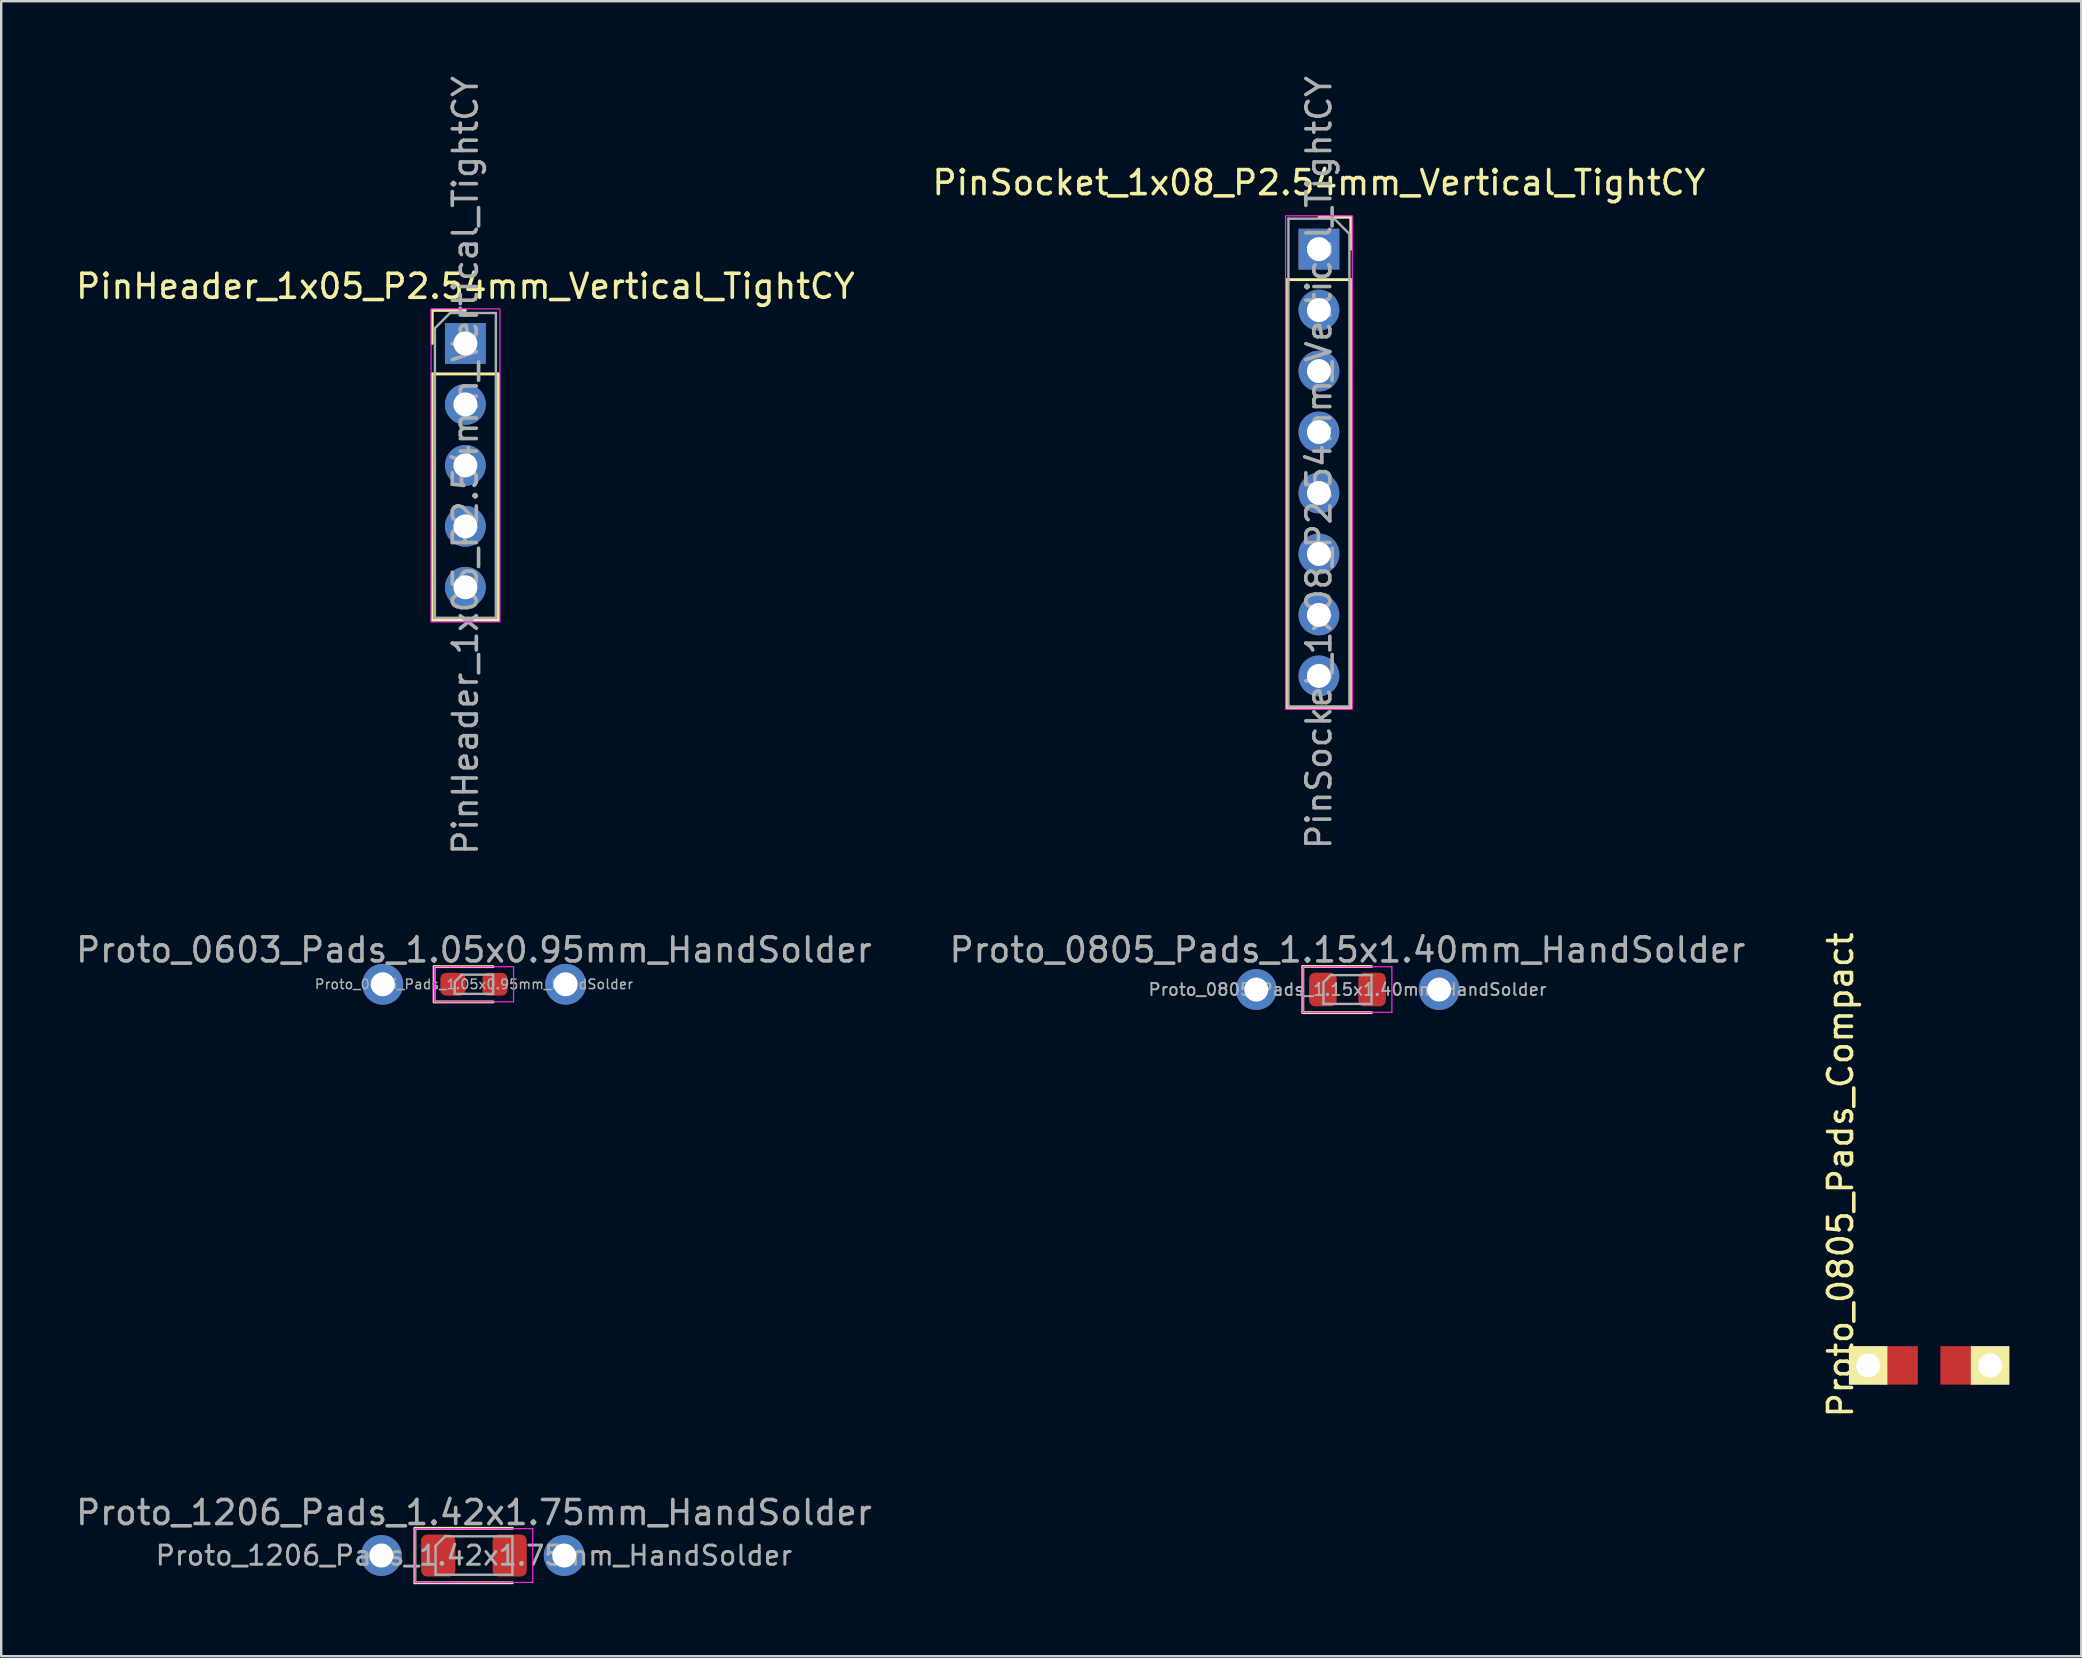
<source format=kicad_pcb>
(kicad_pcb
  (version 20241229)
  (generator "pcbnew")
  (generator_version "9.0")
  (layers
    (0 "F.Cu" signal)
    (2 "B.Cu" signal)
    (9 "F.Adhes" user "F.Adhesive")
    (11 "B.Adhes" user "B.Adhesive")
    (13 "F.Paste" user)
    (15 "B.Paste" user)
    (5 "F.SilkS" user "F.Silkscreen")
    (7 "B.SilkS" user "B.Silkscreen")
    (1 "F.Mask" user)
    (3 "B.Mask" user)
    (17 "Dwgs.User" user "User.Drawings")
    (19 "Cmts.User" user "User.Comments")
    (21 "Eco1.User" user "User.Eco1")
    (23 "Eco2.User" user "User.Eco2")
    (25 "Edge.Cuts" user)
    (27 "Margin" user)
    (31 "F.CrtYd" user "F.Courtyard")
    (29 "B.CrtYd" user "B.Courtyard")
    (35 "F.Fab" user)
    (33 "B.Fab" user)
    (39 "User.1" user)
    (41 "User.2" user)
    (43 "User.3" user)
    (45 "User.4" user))
  (footprint "Proto_0805_Pads_Compact"
    (layer "F.Cu")
    (at 77.321 53.836)
    (property "Reference" "Proto_0805_Pads_Compact" (at -3.688 -7.938 90) (layer "F.SilkS") (effects (font (size 1 1) (thickness 0.15))))
    (attr smd)
    (pad "1" thru_hole rect (at -2.54 0) (size 1.6 1.6) (drill 1) (layers "*.Cu" "*.Mask" "F.SilkS"))
    (pad "1" smd rect (at -1.27 0) (size 1.6 1.6) (layers "F.Cu" "F.Mask" "F.Paste"))
    (pad "2" smd rect (at 1.27 0) (size 1.6 1.6) (layers "F.Cu" "F.Mask" "F.Paste"))
    (pad "2" thru_hole rect (at 2.54 0) (size 1.6 1.6) (drill 1) (layers "*.Cu" "*.Mask" "F.SilkS")))
  (footprint "PinSocket_1x08_P2.54mm_Vertical_TightCY"
    (layer "F.Cu")
    (at 51.899 7.33)
    (property "Reference" "PinSocket_1x08_P2.54mm_Vertical_TightCY" (at 0 -2.77 0) (layer "F.SilkS") (effects (font (size 1 1) (thickness 0.15))))
    (attr through_hole)
    (fp_line (start -1.33 1.27) (end -1.33 19.11) (stroke (width 0.12) (type solid)) (layer "F.SilkS"))
    (fp_line (start -1.33 1.27) (end 1.33 1.27) (stroke (width 0.12) (type solid)) (layer "F.SilkS"))
    (fp_line (start -1.33 19.11) (end 1.33 19.11) (stroke (width 0.12) (type solid)) (layer "F.SilkS"))
    (fp_line (start 0 -1.33) (end 1.33 -1.33) (stroke (width 0.12) (type solid)) (layer "F.SilkS"))
    (fp_line (start 1.33 -1.33) (end 1.33 0) (stroke (width 0.12) (type solid)) (layer "F.SilkS"))
    (fp_line (start 1.33 1.27) (end 1.33 19.11) (stroke (width 0.12) (type solid)) (layer "F.SilkS"))
    (fp_rect (start -1.39 -1.39) (end 1.39 19.17) (stroke (width 0.05) (type default)) (fill no) (layer "F.CrtYd"))
    (fp_line (start -1.27 -1.27) (end 0.635 -1.27) (stroke (width 0.1) (type solid)) (layer "F.Fab"))
    (fp_line (start -1.27 19.05) (end -1.27 -1.27) (stroke (width 0.1) (type solid)) (layer "F.Fab"))
    (fp_line (start 0.635 -1.27) (end 1.27 -0.635) (stroke (width 0.1) (type solid)) (layer "F.Fab"))
    (fp_line (start 1.27 -0.635) (end 1.27 19.05) (stroke (width 0.1) (type solid)) (layer "F.Fab"))
    (fp_line (start 1.27 19.05) (end -1.27 19.05) (stroke (width 0.1) (type solid)) (layer "F.Fab"))
    (fp_text user "${REFERENCE}" (at 0 8.89 90) (layer "F.Fab") (effects (font (size 1 1) (thickness 0.15))))
    (pad "1" thru_hole rect (at 0 0) (size 1.7 1.7) (drill 1) (layers "*.Cu" "*.Mask"))
    (pad "2" thru_hole circle (at 0 2.54) (size 1.7 1.7) (drill 1) (layers "*.Cu" "*.Mask"))
    (pad "3" thru_hole circle (at 0 5.08) (size 1.7 1.7) (drill 1) (layers "*.Cu" "*.Mask"))
    (pad "4" thru_hole circle (at 0 7.62) (size 1.7 1.7) (drill 1) (layers "*.Cu" "*.Mask"))
    (pad "5" thru_hole circle (at 0 10.16) (size 1.7 1.7) (drill 1) (layers "*.Cu" "*.Mask"))
    (pad "6" thru_hole circle (at 0 12.7) (size 1.7 1.7) (drill 1) (layers "*.Cu" "*.Mask"))
    (pad "7" thru_hole circle (at 0 15.24) (size 1.7 1.7) (drill 1) (layers "*.Cu" "*.Mask"))
    (pad "8" thru_hole circle (at 0 17.78) (size 1.7 1.7) (drill 1) (layers "*.Cu" "*.Mask")))
  (footprint "Proto_1206_Pads_1.42x1.75mm_HandSolder"
    (layer "F.Cu")
    (at 16.696 61.757)
    (property "Reference" "Proto_1206_Pads_1.42x1.75mm_HandSolder" (at 0 -1.79 0) (layer "F.Fab") (effects (font (size 1 1) (thickness 0.15))))
    (attr smd)
    (fp_line (start -2.46 -1.135) (end -2.46 1.135) (stroke (width 0.12) (type solid)) (layer "F.SilkS"))
    (fp_line (start -2.46 1.135) (end 1.6 1.135) (stroke (width 0.12) (type solid)) (layer "F.SilkS"))
    (fp_line (start 1.6 -1.135) (end -2.46 -1.135) (stroke (width 0.12) (type solid)) (layer "F.SilkS"))
    (fp_line (start -2.45 -1.12) (end 2.45 -1.12) (stroke (width 0.05) (type solid)) (layer "F.CrtYd"))
    (fp_line (start -2.45 1.12) (end -2.45 -1.12) (stroke (width 0.05) (type solid)) (layer "F.CrtYd"))
    (fp_line (start 2.45 -1.12) (end 2.45 1.12) (stroke (width 0.05) (type solid)) (layer "F.CrtYd"))
    (fp_line (start 2.45 1.12) (end -2.45 1.12) (stroke (width 0.05) (type solid)) (layer "F.CrtYd"))
    (fp_line (start -1.6 -0.4) (end -1.6 0.8) (stroke (width 0.1) (type solid)) (layer "F.Fab"))
    (fp_line (start -1.6 0.8) (end 1.6 0.8) (stroke (width 0.1) (type solid)) (layer "F.Fab"))
    (fp_line (start -1.2 -0.8) (end -1.6 -0.4) (stroke (width 0.1) (type solid)) (layer "F.Fab"))
    (fp_line (start 1.6 -0.8) (end -1.2 -0.8) (stroke (width 0.1) (type solid)) (layer "F.Fab"))
    (fp_line (start 1.6 0.8) (end 1.6 -0.8) (stroke (width 0.1) (type solid)) (layer "F.Fab"))
    (fp_text user "${REFERENCE}" (at 0 0 0) (layer "F.Fab") (effects (font (size 0.8 0.8) (thickness 0.12))))
    (pad "1" thru_hole circle (at -3.86 0) (size 1.7 1.7) (drill 1) (layers "*.Cu" "*.Mask"))
    (pad "1" smd roundrect (at -1.488 0) (size 1.425 1.75) (layers "F.Cu" "F.Mask" "F.Paste") (roundrect_rratio 0.175))
    (pad "2" smd roundrect (at 1.488 0) (size 1.425 1.75) (layers "F.Cu" "F.Mask" "F.Paste") (roundrect_rratio 0.175))
    (pad "2" thru_hole circle (at 3.76 0) (size 1.7 1.7) (drill 1) (layers "*.Cu" "*.Mask")))
  (footprint "PinHeader_1x05_P2.54mm_Vertical_TightCY"
    (layer "F.Cu")
    (at 16.339 11.259)
    (property "Reference" "PinHeader_1x05_P2.54mm_Vertical_TightCY" (at 0 -2.38 180) (layer "F.SilkS") (effects (font (size 1 1) (thickness 0.15))))
    (attr through_hole)
    (fp_line (start -1.38 -1.38) (end 0 -1.38) (stroke (width 0.12) (type solid)) (layer "F.SilkS"))
    (fp_line (start -1.38 0) (end -1.38 -1.38) (stroke (width 0.12) (type solid)) (layer "F.SilkS"))
    (fp_line (start -1.38 1.27) (end -1.38 11.54) (stroke (width 0.12) (type solid)) (layer "F.SilkS"))
    (fp_line (start -1.38 1.27) (end 1.38 1.27) (stroke (width 0.12) (type solid)) (layer "F.SilkS"))
    (fp_line (start -1.38 11.54) (end 1.38 11.54) (stroke (width 0.12) (type solid)) (layer "F.SilkS"))
    (fp_line (start 1.38 1.27) (end 1.38 11.54) (stroke (width 0.12) (type solid)) (layer "F.SilkS"))
    (fp_rect (start -1.43 -1.44) (end 1.44 11.6) (stroke (width 0.05) (type default)) (fill no) (layer "F.CrtYd"))
    (fp_line (start -1.27 -0.635) (end -0.635 -1.27) (stroke (width 0.1) (type solid)) (layer "F.Fab"))
    (fp_line (start -1.27 11.43) (end -1.27 -0.635) (stroke (width 0.1) (type solid)) (layer "F.Fab"))
    (fp_line (start -0.635 -1.27) (end 1.27 -1.27) (stroke (width 0.1) (type solid)) (layer "F.Fab"))
    (fp_line (start 1.27 -1.27) (end 1.27 11.43) (stroke (width 0.1) (type solid)) (layer "F.Fab"))
    (fp_line (start 1.27 11.43) (end -1.27 11.43) (stroke (width 0.1) (type solid)) (layer "F.Fab"))
    (fp_text user "${REFERENCE}" (at 0 5.08 90) (layer "F.Fab") (effects (font (size 1 1) (thickness 0.15))))
    (pad "1" thru_hole rect (at 0 0) (size 1.7 1.7) (drill 1) (layers "*.Cu" "*.Mask"))
    (pad "2" thru_hole circle (at 0 2.54) (size 1.7 1.7) (drill 1) (layers "*.Cu" "*.Mask"))
    (pad "3" thru_hole circle (at 0 5.08) (size 1.7 1.7) (drill 1) (layers "*.Cu" "*.Mask"))
    (pad "4" thru_hole circle (at 0 7.62) (size 1.7 1.7) (drill 1) (layers "*.Cu" "*.Mask"))
    (pad "5" thru_hole circle (at 0 10.16) (size 1.7 1.7) (drill 1) (layers "*.Cu" "*.Mask")))
  (footprint "Proto_0603_Pads_1.05x0.95mm_HandSolder"
    (layer "F.Cu")
    (at 16.696 37.957)
    (property "Reference" "Proto_0603_Pads_1.05x0.95mm_HandSolder" (at 0 -1.43 0) (layer "F.Fab") (effects (font (size 1 1) (thickness 0.15))))
    (attr smd)
    (fp_line (start -1.66 -0.735) (end -1.66 0.735) (stroke (width 0.12) (type solid)) (layer "F.SilkS"))
    (fp_line (start -1.66 0.735) (end 0.8 0.735) (stroke (width 0.12) (type solid)) (layer "F.SilkS"))
    (fp_line (start 0.8 -0.735) (end -1.66 -0.735) (stroke (width 0.12) (type solid)) (layer "F.SilkS"))
    (fp_line (start -1.65 -0.73) (end 1.65 -0.73) (stroke (width 0.05) (type solid)) (layer "F.CrtYd"))
    (fp_line (start -1.65 0.73) (end -1.65 -0.73) (stroke (width 0.05) (type solid)) (layer "F.CrtYd"))
    (fp_line (start 1.65 -0.73) (end 1.65 0.73) (stroke (width 0.05) (type solid)) (layer "F.CrtYd"))
    (fp_line (start 1.65 0.73) (end -1.65 0.73) (stroke (width 0.05) (type solid)) (layer "F.CrtYd"))
    (fp_line (start -0.8 -0.1) (end -0.8 0.4) (stroke (width 0.1) (type solid)) (layer "F.Fab"))
    (fp_line (start -0.8 0.4) (end 0.8 0.4) (stroke (width 0.1) (type solid)) (layer "F.Fab"))
    (fp_line (start -0.5 -0.4) (end -0.8 -0.1) (stroke (width 0.1) (type solid)) (layer "F.Fab"))
    (fp_line (start 0.8 -0.4) (end -0.5 -0.4) (stroke (width 0.1) (type solid)) (layer "F.Fab"))
    (fp_line (start 0.8 0.4) (end 0.8 -0.4) (stroke (width 0.1) (type solid)) (layer "F.Fab"))
    (fp_text user "${REFERENCE}" (at 0 0 0) (layer "F.Fab") (effects (font (size 0.4 0.4) (thickness 0.06))))
    (pad "1" thru_hole circle (at -3.8 0) (size 1.7 1.7) (drill 1) (layers "*.Cu" "*.Mask"))
    (pad "1" smd roundrect (at -0.875 0) (size 1.05 0.95) (layers "F.Cu" "F.Mask" "F.Paste") (roundrect_rratio 0.25))
    (pad "2" smd roundrect (at 0.875 0) (size 1.05 0.95) (layers "F.Cu" "F.Mask" "F.Paste") (roundrect_rratio 0.25))
    (pad "2" thru_hole circle (at 3.82 0) (size 1.7 1.7) (drill 1) (layers "*.Cu" "*.Mask")))
  (footprint "Proto_0805_Pads_1.15x1.40mm_HandSolder"
    (layer "F.Cu")
    (at 53.089 38.177)
    (property "Reference" "Proto_0805_Pads_1.15x1.40mm_HandSolder" (at 0 -1.65 0) (layer "F.Fab") (effects (font (size 1 1) (thickness 0.15))))
    (attr smd)
    (fp_line (start -1.86 -0.96) (end -1.86 0.96) (stroke (width 0.12) (type solid)) (layer "F.SilkS"))
    (fp_line (start -1.86 0.96) (end 1 0.96) (stroke (width 0.12) (type solid)) (layer "F.SilkS"))
    (fp_line (start 1 -0.96) (end -1.86 -0.96) (stroke (width 0.12) (type solid)) (layer "F.SilkS"))
    (fp_line (start -1.85 -0.95) (end 1.85 -0.95) (stroke (width 0.05) (type solid)) (layer "F.CrtYd"))
    (fp_line (start -1.85 0.95) (end -1.85 -0.95) (stroke (width 0.05) (type solid)) (layer "F.CrtYd"))
    (fp_line (start 1.85 -0.95) (end 1.85 0.95) (stroke (width 0.05) (type solid)) (layer "F.CrtYd"))
    (fp_line (start 1.85 0.95) (end -1.85 0.95) (stroke (width 0.05) (type solid)) (layer "F.CrtYd"))
    (fp_line (start -1 -0.3) (end -1 0.6) (stroke (width 0.1) (type solid)) (layer "F.Fab"))
    (fp_line (start -1 0.6) (end 1 0.6) (stroke (width 0.1) (type solid)) (layer "F.Fab"))
    (fp_line (start -0.7 -0.6) (end -1 -0.3) (stroke (width 0.1) (type solid)) (layer "F.Fab"))
    (fp_line (start 1 -0.6) (end -0.7 -0.6) (stroke (width 0.1) (type solid)) (layer "F.Fab"))
    (fp_line (start 1 0.6) (end 1 -0.6) (stroke (width 0.1) (type solid)) (layer "F.Fab"))
    (fp_text user "${REFERENCE}" (at 0 0 0) (layer "F.Fab") (effects (font (size 0.5 0.5) (thickness 0.08))))
    (pad "1" thru_hole circle (at -3.8 0) (size 1.7 1.7) (drill 1) (layers "*.Cu" "*.Mask"))
    (pad "1" smd roundrect (at -1.025 0) (size 1.15 1.4) (layers "F.Cu" "F.Mask" "F.Paste") (roundrect_rratio 0.217))
    (pad "2" smd roundrect (at 1.025 0) (size 1.15 1.4) (layers "F.Cu" "F.Mask" "F.Paste") (roundrect_rratio 0.217))
    (pad "2" thru_hole circle (at 3.82 0) (size 1.7 1.7) (drill 1) (layers "*.Cu" "*.Mask")))
  (gr_rect
    (start -3 -3)
    (end 83.661 65.952)
    (stroke (width 0.1) (type default))
    (fill no)
    (layer "Edge.Cuts")))
</source>
